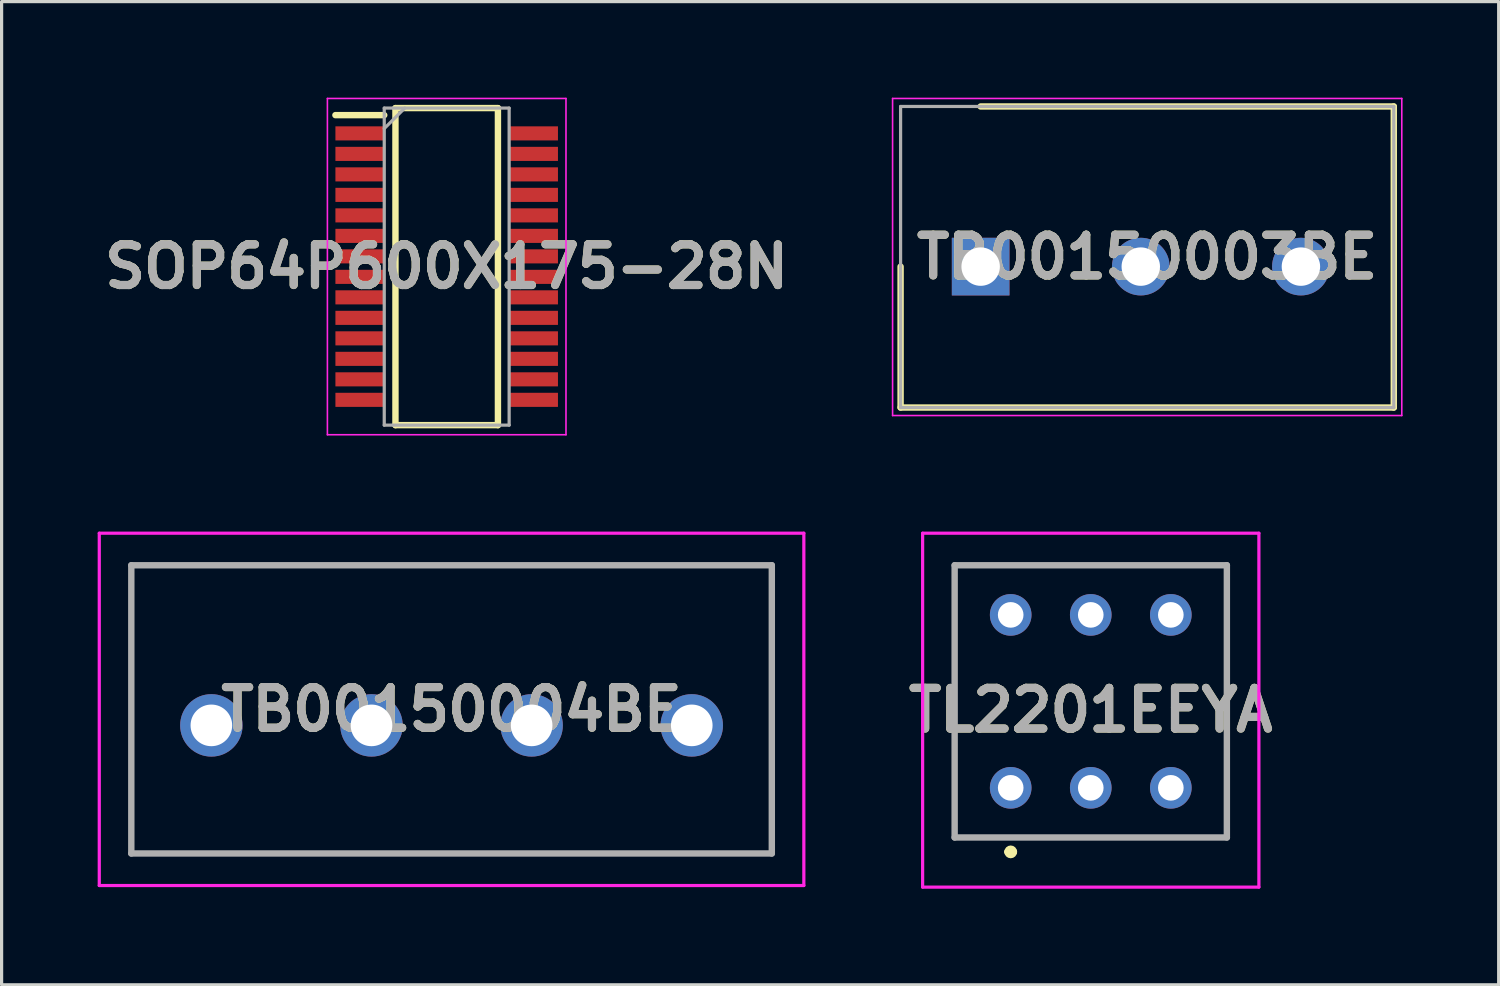
<source format=kicad_pcb>
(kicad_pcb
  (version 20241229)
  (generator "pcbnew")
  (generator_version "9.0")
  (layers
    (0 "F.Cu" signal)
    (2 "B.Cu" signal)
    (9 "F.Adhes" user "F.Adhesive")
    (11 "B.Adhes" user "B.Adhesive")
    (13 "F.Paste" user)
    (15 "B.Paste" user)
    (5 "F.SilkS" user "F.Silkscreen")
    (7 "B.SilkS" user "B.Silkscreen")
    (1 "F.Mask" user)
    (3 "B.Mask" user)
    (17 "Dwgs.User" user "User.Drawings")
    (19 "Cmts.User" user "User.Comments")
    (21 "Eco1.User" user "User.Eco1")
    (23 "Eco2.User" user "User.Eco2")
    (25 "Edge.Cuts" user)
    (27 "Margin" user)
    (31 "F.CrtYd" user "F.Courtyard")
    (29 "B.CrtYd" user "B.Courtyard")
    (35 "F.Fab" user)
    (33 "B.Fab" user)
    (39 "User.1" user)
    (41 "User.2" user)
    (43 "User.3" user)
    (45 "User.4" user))
  (footprint "SOP64P600X175-28N"
    (layer "F.Cu")
    (at 10.898 5.275)
    (property "Reference" "SOP64P600X175-28N" (at 0 0 0) (layer "F.SilkS") (effects (font (size 1.27 1.27) (thickness 0.254))))
    (attr smd)
    (fp_line (start -3.475 -4.73) (end -1.95 -4.73) (stroke (width 0.2) (type solid)) (layer "F.SilkS"))
    (fp_line (start -1.6 -4.95) (end 1.6 -4.95) (stroke (width 0.2) (type solid)) (layer "F.SilkS"))
    (fp_line (start -1.6 4.95) (end -1.6 -4.95) (stroke (width 0.2) (type solid)) (layer "F.SilkS"))
    (fp_line (start 1.6 -4.95) (end 1.6 4.95) (stroke (width 0.2) (type solid)) (layer "F.SilkS"))
    (fp_line (start 1.6 4.95) (end -1.6 4.95) (stroke (width 0.2) (type solid)) (layer "F.SilkS"))
    (fp_line (start -3.725 -5.25) (end 3.725 -5.25) (stroke (width 0.05) (type solid)) (layer "F.CrtYd"))
    (fp_line (start -3.725 5.25) (end -3.725 -5.25) (stroke (width 0.05) (type solid)) (layer "F.CrtYd"))
    (fp_line (start 3.725 -5.25) (end 3.725 5.25) (stroke (width 0.05) (type solid)) (layer "F.CrtYd"))
    (fp_line (start 3.725 5.25) (end -3.725 5.25) (stroke (width 0.05) (type solid)) (layer "F.CrtYd"))
    (fp_line (start -1.95 -4.95) (end 1.95 -4.95) (stroke (width 0.1) (type solid)) (layer "F.Fab"))
    (fp_line (start -1.95 -4.31) (end -1.31 -4.95) (stroke (width 0.1) (type solid)) (layer "F.Fab"))
    (fp_line (start -1.95 4.95) (end -1.95 -4.95) (stroke (width 0.1) (type solid)) (layer "F.Fab"))
    (fp_line (start 1.95 -4.95) (end 1.95 4.95) (stroke (width 0.1) (type solid)) (layer "F.Fab"))
    (fp_line (start 1.95 4.95) (end -1.95 4.95) (stroke (width 0.1) (type solid)) (layer "F.Fab"))
    (fp_text user "${REFERENCE}" (at 0 0 0) (layer "F.Fab") (effects (font (size 1.27 1.27) (thickness 0.254))))
    (pad "1" smd rect (at -2.712 -4.16 90) (size 0.44 1.525) (layers "F.Cu" "F.Mask" "F.Paste"))
    (pad "2" smd rect (at -2.712 -3.52 90) (size 0.44 1.525) (layers "F.Cu" "F.Mask" "F.Paste"))
    (pad "3" smd rect (at -2.712 -2.88 90) (size 0.44 1.525) (layers "F.Cu" "F.Mask" "F.Paste"))
    (pad "4" smd rect (at -2.712 -2.24 90) (size 0.44 1.525) (layers "F.Cu" "F.Mask" "F.Paste"))
    (pad "5" smd rect (at -2.712 -1.6 90) (size 0.44 1.525) (layers "F.Cu" "F.Mask" "F.Paste"))
    (pad "6" smd rect (at -2.712 -0.96 90) (size 0.44 1.525) (layers "F.Cu" "F.Mask" "F.Paste"))
    (pad "7" smd rect (at -2.712 -0.32 90) (size 0.44 1.525) (layers "F.Cu" "F.Mask" "F.Paste"))
    (pad "8" smd rect (at -2.712 0.32 90) (size 0.44 1.525) (layers "F.Cu" "F.Mask" "F.Paste"))
    (pad "9" smd rect (at -2.712 0.96 90) (size 0.44 1.525) (layers "F.Cu" "F.Mask" "F.Paste"))
    (pad "10" smd rect (at -2.712 1.6 90) (size 0.44 1.525) (layers "F.Cu" "F.Mask" "F.Paste"))
    (pad "11" smd rect (at -2.712 2.24 90) (size 0.44 1.525) (layers "F.Cu" "F.Mask" "F.Paste"))
    (pad "12" smd rect (at -2.712 2.88 90) (size 0.44 1.525) (layers "F.Cu" "F.Mask" "F.Paste"))
    (pad "13" smd rect (at -2.712 3.52 90) (size 0.44 1.525) (layers "F.Cu" "F.Mask" "F.Paste"))
    (pad "14" smd rect (at -2.712 4.16 90) (size 0.44 1.525) (layers "F.Cu" "F.Mask" "F.Paste"))
    (pad "15" smd rect (at 2.712 4.16 90) (size 0.44 1.525) (layers "F.Cu" "F.Mask" "F.Paste"))
    (pad "16" smd rect (at 2.712 3.52 90) (size 0.44 1.525) (layers "F.Cu" "F.Mask" "F.Paste"))
    (pad "17" smd rect (at 2.712 2.88 90) (size 0.44 1.525) (layers "F.Cu" "F.Mask" "F.Paste"))
    (pad "18" smd rect (at 2.712 2.24 90) (size 0.44 1.525) (layers "F.Cu" "F.Mask" "F.Paste"))
    (pad "19" smd rect (at 2.712 1.6 90) (size 0.44 1.525) (layers "F.Cu" "F.Mask" "F.Paste"))
    (pad "20" smd rect (at 2.712 0.96 90) (size 0.44 1.525) (layers "F.Cu" "F.Mask" "F.Paste"))
    (pad "21" smd rect (at 2.712 0.32 90) (size 0.44 1.525) (layers "F.Cu" "F.Mask" "F.Paste"))
    (pad "22" smd rect (at 2.712 -0.32 90) (size 0.44 1.525) (layers "F.Cu" "F.Mask" "F.Paste"))
    (pad "23" smd rect (at 2.712 -0.96 90) (size 0.44 1.525) (layers "F.Cu" "F.Mask" "F.Paste"))
    (pad "24" smd rect (at 2.712 -1.6 90) (size 0.44 1.525) (layers "F.Cu" "F.Mask" "F.Paste"))
    (pad "25" smd rect (at 2.712 -2.24 90) (size 0.44 1.525) (layers "F.Cu" "F.Mask" "F.Paste"))
    (pad "26" smd rect (at 2.712 -2.88 90) (size 0.44 1.525) (layers "F.Cu" "F.Mask" "F.Paste"))
    (pad "27" smd rect (at 2.712 -3.52 90) (size 0.44 1.525) (layers "F.Cu" "F.Mask" "F.Paste"))
    (pad "28" smd rect (at 2.712 -4.16 90) (size 0.44 1.525) (layers "F.Cu" "F.Mask" "F.Paste")))
  (footprint "TB00150003BE"
    (layer "F.Cu")
    (at 27.571 5.275)
    (property "Reference" "TB00150003BE" (at 5.2 -0.3 0) (layer "F.SilkS") (effects (font (size 1.27 1.27) (thickness 0.254))))
    (attr through_hole)
    (fp_line (start -2.5 4.4) (end -2.5 0) (stroke (width 0.2) (type solid)) (layer "F.SilkS"))
    (fp_line (start 0 -5) (end 12.9 -5) (stroke (width 0.2) (type solid)) (layer "F.SilkS"))
    (fp_line (start 12.9 -5) (end 12.9 4.4) (stroke (width 0.2) (type solid)) (layer "F.SilkS"))
    (fp_line (start 12.9 4.4) (end -2.5 4.4) (stroke (width 0.2) (type solid)) (layer "F.SilkS"))
    (fp_line (start -2.75 -5.25) (end 13.15 -5.25) (stroke (width 0.05) (type solid)) (layer "F.CrtYd"))
    (fp_line (start -2.75 4.65) (end -2.75 -5.25) (stroke (width 0.05) (type solid)) (layer "F.CrtYd"))
    (fp_line (start 13.15 -5.25) (end 13.15 4.65) (stroke (width 0.05) (type solid)) (layer "F.CrtYd"))
    (fp_line (start 13.15 4.65) (end -2.75 4.65) (stroke (width 0.05) (type solid)) (layer "F.CrtYd"))
    (fp_line (start -2.5 -5) (end 12.9 -5) (stroke (width 0.1) (type solid)) (layer "F.Fab"))
    (fp_line (start -2.5 4.4) (end -2.5 -5) (stroke (width 0.1) (type solid)) (layer "F.Fab"))
    (fp_line (start 12.9 -5) (end 12.9 4.4) (stroke (width 0.1) (type solid)) (layer "F.Fab"))
    (fp_line (start 12.9 4.4) (end -2.5 4.4) (stroke (width 0.1) (type solid)) (layer "F.Fab"))
    (fp_text user "${REFERENCE}" (at 5.2 -0.3 0) (layer "F.Fab") (effects (font (size 1.27 1.27) (thickness 0.254))))
    (pad "1" thru_hole rect (at 0 0) (size 1.8 1.8) (drill 1.2) (layers "*.Cu" "*.Mask"))
    (pad "2" thru_hole circle (at 5 0) (size 1.8 1.8) (drill 1.2) (layers "*.Cu" "*.Mask"))
    (pad "3" thru_hole circle (at 10 0) (size 1.8 1.8) (drill 1.2) (layers "*.Cu" "*.Mask")))
  (footprint "TL2201EEYA"
    (layer "F.Cu")
    (at 31.009 18.85)
    (property "Reference" "TL2201EEYA" (at 0 0.275 0) (layer "F.SilkS") (effects (font (size 1.27 1.27) (thickness 0.254))))
    (attr through_hole)
    (fp_line (start -4.25 -4.25) (end 4.25 -4.25) (stroke (width 0.1) (type solid)) (layer "F.SilkS"))
    (fp_line (start -4.25 4.25) (end -4.25 -4.25) (stroke (width 0.1) (type solid)) (layer "F.SilkS"))
    (fp_line (start -2.6 4.7) (end -2.6 4.7) (stroke (width 0.2) (type solid)) (layer "F.SilkS"))
    (fp_line (start -2.4 4.7) (end -2.4 4.7) (stroke (width 0.2) (type solid)) (layer "F.SilkS"))
    (fp_line (start 4.25 -4.25) (end 4.25 4.25) (stroke (width 0.1) (type solid)) (layer "F.SilkS"))
    (fp_line (start 4.25 4.25) (end -4.25 4.25) (stroke (width 0.1) (type solid)) (layer "F.SilkS"))
    (fp_arc (start -2.6 4.7) (mid -2.5 4.6) (end -2.4 4.7) (stroke (width 0.2) (type solid)) (layer "F.SilkS"))
    (fp_arc (start -2.4 4.7) (mid -2.5 4.8) (end -2.6 4.7) (stroke (width 0.2) (type solid)) (layer "F.SilkS"))
    (fp_line (start -5.25 -5.25) (end 5.25 -5.25) (stroke (width 0.1) (type solid)) (layer "F.CrtYd"))
    (fp_line (start -5.25 5.8) (end -5.25 -5.25) (stroke (width 0.1) (type solid)) (layer "F.CrtYd"))
    (fp_line (start 5.25 -5.25) (end 5.25 5.8) (stroke (width 0.1) (type solid)) (layer "F.CrtYd"))
    (fp_line (start 5.25 5.8) (end -5.25 5.8) (stroke (width 0.1) (type solid)) (layer "F.CrtYd"))
    (fp_line (start -4.25 -4.25) (end 4.25 -4.25) (stroke (width 0.2) (type solid)) (layer "F.Fab"))
    (fp_line (start -4.25 4.25) (end -4.25 -4.25) (stroke (width 0.2) (type solid)) (layer "F.Fab"))
    (fp_line (start 4.25 -4.25) (end 4.25 4.25) (stroke (width 0.2) (type solid)) (layer "F.Fab"))
    (fp_line (start 4.25 4.25) (end -4.25 4.25) (stroke (width 0.2) (type solid)) (layer "F.Fab"))
    (fp_text user "${REFERENCE}" (at 0 0.275 0) (layer "F.Fab") (effects (font (size 1.27 1.27) (thickness 0.254))))
    (pad "1" thru_hole circle (at -2.5 2.7) (size 1.3 1.3) (drill 0.8) (layers "*.Cu" "*.Mask"))
    (pad "2" thru_hole circle (at 0 2.7) (size 1.3 1.3) (drill 0.8) (layers "*.Cu" "*.Mask"))
    (pad "3" thru_hole circle (at 2.5 2.7) (size 1.3 1.3) (drill 0.8) (layers "*.Cu" "*.Mask"))
    (pad "4" thru_hole circle (at -2.5 -2.7) (size 1.3 1.3) (drill 0.8) (layers "*.Cu" "*.Mask"))
    (pad "5" thru_hole circle (at 0 -2.7) (size 1.3 1.3) (drill 0.8) (layers "*.Cu" "*.Mask"))
    (pad "6" thru_hole circle (at 2.5 -2.7) (size 1.3 1.3) (drill 0.8) (layers "*.Cu" "*.Mask")))
  (footprint "TB00150004BE"
    (layer "F.Cu")
    (at 3.55 19.6)
    (property "Reference" "TB00150004BE" (at 7.5 -0.5 0) (layer "F.SilkS") (effects (font (size 1.27 1.27) (thickness 0.254))))
    (attr through_hole)
    (fp_line (start -2.5 -5) (end 17.5 -5) (stroke (width 0.1) (type solid)) (layer "F.SilkS"))
    (fp_line (start -2.5 4) (end -2.5 -5) (stroke (width 0.1) (type solid)) (layer "F.SilkS"))
    (fp_line (start 17.5 -5) (end 17.5 4) (stroke (width 0.1) (type solid)) (layer "F.SilkS"))
    (fp_line (start 17.5 4) (end -2.5 4) (stroke (width 0.1) (type solid)) (layer "F.SilkS"))
    (fp_line (start -3.5 -6) (end 18.5 -6) (stroke (width 0.1) (type solid)) (layer "F.CrtYd"))
    (fp_line (start -3.5 5) (end -3.5 -6) (stroke (width 0.1) (type solid)) (layer "F.CrtYd"))
    (fp_line (start 18.5 -6) (end 18.5 5) (stroke (width 0.1) (type solid)) (layer "F.CrtYd"))
    (fp_line (start 18.5 5) (end -3.5 5) (stroke (width 0.1) (type solid)) (layer "F.CrtYd"))
    (fp_line (start -2.5 -5) (end 17.5 -5) (stroke (width 0.2) (type solid)) (layer "F.Fab"))
    (fp_line (start -2.5 4) (end -2.5 -5) (stroke (width 0.2) (type solid)) (layer "F.Fab"))
    (fp_line (start 17.5 -5) (end 17.5 4) (stroke (width 0.2) (type solid)) (layer "F.Fab"))
    (fp_line (start 17.5 4) (end -2.5 4) (stroke (width 0.2) (type solid)) (layer "F.Fab"))
    (fp_text user "${REFERENCE}" (at 7.5 -0.5 0) (layer "F.Fab") (effects (font (size 1.27 1.27) (thickness 0.254))))
    (pad "1" thru_hole circle (at 0 0) (size 1.95 1.95) (drill 1.3) (layers "*.Cu" "*.Mask"))
    (pad "2" thru_hole circle (at 5 0) (size 1.95 1.95) (drill 1.3) (layers "*.Cu" "*.Mask"))
    (pad "3" thru_hole circle (at 10 0) (size 1.95 1.95) (drill 1.3) (layers "*.Cu" "*.Mask"))
    (pad "4" thru_hole circle (at 15 0) (size 1.95 1.95) (drill 1.3) (layers "*.Cu" "*.Mask")))
  (gr_rect
    (start -3 -3)
    (end 43.746 27.7)
    (stroke (width 0.1) (type default))
    (fill no)
    (layer "Edge.Cuts")))
</source>
